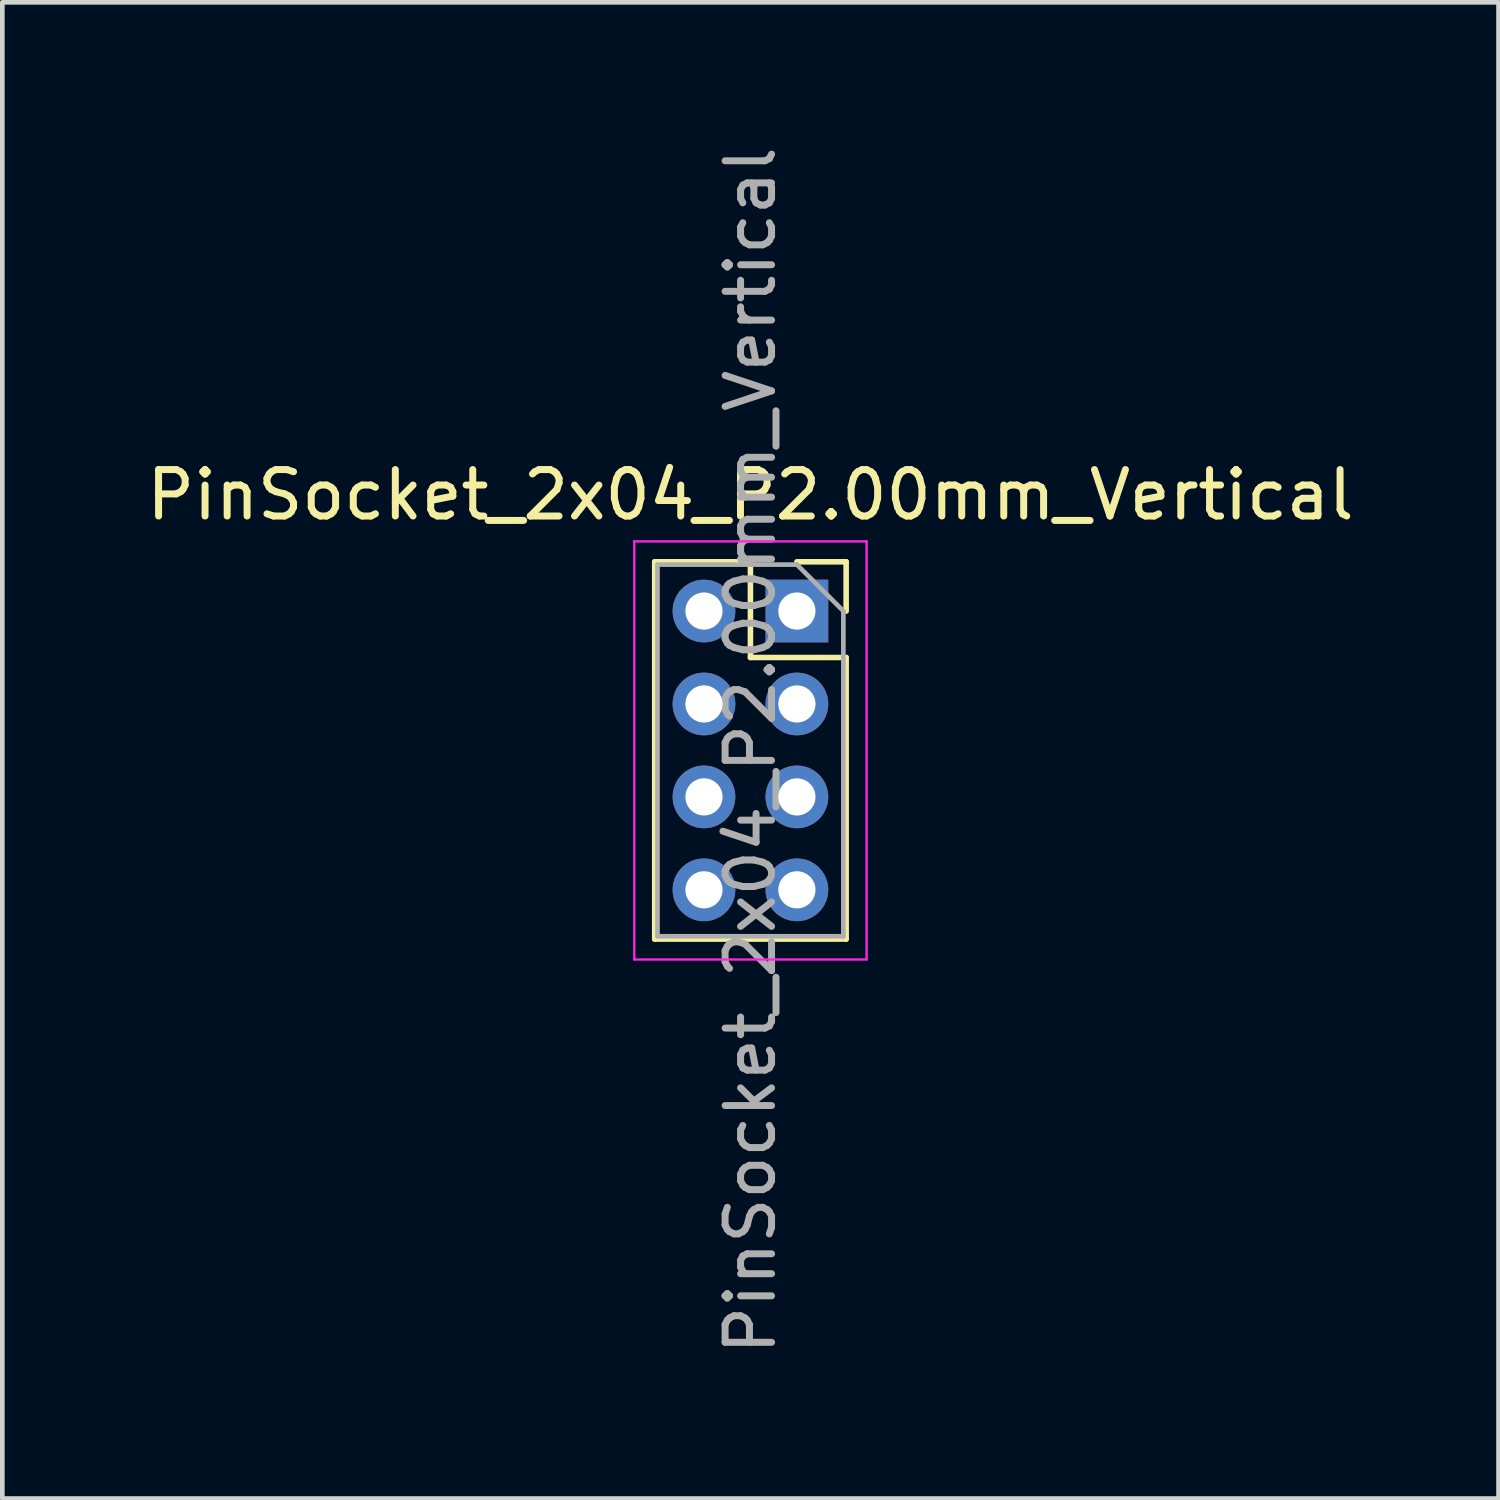
<source format=kicad_pcb>
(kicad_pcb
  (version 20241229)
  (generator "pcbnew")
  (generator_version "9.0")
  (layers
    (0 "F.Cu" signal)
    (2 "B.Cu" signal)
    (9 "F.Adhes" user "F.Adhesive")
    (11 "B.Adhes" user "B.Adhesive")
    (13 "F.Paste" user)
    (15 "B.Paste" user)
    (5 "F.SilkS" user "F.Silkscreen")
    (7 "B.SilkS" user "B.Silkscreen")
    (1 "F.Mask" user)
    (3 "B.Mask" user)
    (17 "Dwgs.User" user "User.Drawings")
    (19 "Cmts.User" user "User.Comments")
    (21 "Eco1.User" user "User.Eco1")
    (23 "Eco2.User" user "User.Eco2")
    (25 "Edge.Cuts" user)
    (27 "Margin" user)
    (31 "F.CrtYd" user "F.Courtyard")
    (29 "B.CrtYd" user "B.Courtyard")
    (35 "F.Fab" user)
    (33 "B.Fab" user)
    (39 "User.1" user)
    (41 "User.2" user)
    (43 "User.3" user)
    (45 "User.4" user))
  (footprint "PinSocket_2x04_P2.00mm_Vertical"
    (layer "F.Cu")
    (at 14.101 10.101)
    (property "Reference" "PinSocket_2x04_P2.00mm_Vertical" (at -1 -2.5 0) (layer "F.SilkS") (effects (font (size 1 1) (thickness 0.15))))
    (attr through_hole)
    (fp_line (start -3.06 -1.06) (end -3.06 7.06) (stroke (width 0.12) (type solid)) (layer "F.SilkS"))
    (fp_line (start -3.06 -1.06) (end -1 -1.06) (stroke (width 0.12) (type solid)) (layer "F.SilkS"))
    (fp_line (start -3.06 7.06) (end 1.06 7.06) (stroke (width 0.12) (type solid)) (layer "F.SilkS"))
    (fp_line (start -1 -1.06) (end -1 1) (stroke (width 0.12) (type solid)) (layer "F.SilkS"))
    (fp_line (start -1 1) (end 1.06 1) (stroke (width 0.12) (type solid)) (layer "F.SilkS"))
    (fp_line (start 0 -1.06) (end 1.06 -1.06) (stroke (width 0.12) (type solid)) (layer "F.SilkS"))
    (fp_line (start 1.06 -1.06) (end 1.06 0) (stroke (width 0.12) (type solid)) (layer "F.SilkS"))
    (fp_line (start 1.06 1) (end 1.06 7.06) (stroke (width 0.12) (type solid)) (layer "F.SilkS"))
    (fp_line (start -3.5 -1.5) (end 1.5 -1.5) (stroke (width 0.05) (type solid)) (layer "F.CrtYd"))
    (fp_line (start -3.5 7.5) (end -3.5 -1.5) (stroke (width 0.05) (type solid)) (layer "F.CrtYd"))
    (fp_line (start 1.5 -1.5) (end 1.5 7.5) (stroke (width 0.05) (type solid)) (layer "F.CrtYd"))
    (fp_line (start 1.5 7.5) (end -3.5 7.5) (stroke (width 0.05) (type solid)) (layer "F.CrtYd"))
    (fp_line (start -3 -1) (end 0 -1) (stroke (width 0.1) (type solid)) (layer "F.Fab"))
    (fp_line (start -3 7) (end -3 -1) (stroke (width 0.1) (type solid)) (layer "F.Fab"))
    (fp_line (start 0 -1) (end 1 0) (stroke (width 0.1) (type solid)) (layer "F.Fab"))
    (fp_line (start 1 0) (end 1 7) (stroke (width 0.1) (type solid)) (layer "F.Fab"))
    (fp_line (start 1 7) (end -3 7) (stroke (width 0.1) (type solid)) (layer "F.Fab"))
    (fp_text user "${REFERENCE}" (at -1 3 90) (layer "F.Fab") (effects (font (size 1 1) (thickness 0.15))))
    (pad "1" thru_hole rect (at 0 0) (size 1.35 1.35) (drill 0.8) (layers "*.Cu" "*.Mask"))
    (pad "2" thru_hole oval (at -2 0) (size 1.35 1.35) (drill 0.8) (layers "*.Cu" "*.Mask"))
    (pad "3" thru_hole oval (at 0 2) (size 1.35 1.35) (drill 0.8) (layers "*.Cu" "*.Mask"))
    (pad "4" thru_hole oval (at -2 2) (size 1.35 1.35) (drill 0.8) (layers "*.Cu" "*.Mask"))
    (pad "5" thru_hole oval (at 0 4) (size 1.35 1.35) (drill 0.8) (layers "*.Cu" "*.Mask"))
    (pad "6" thru_hole oval (at -2 4) (size 1.35 1.35) (drill 0.8) (layers "*.Cu" "*.Mask"))
    (pad "7" thru_hole oval (at 0 6) (size 1.35 1.35) (drill 0.8) (layers "*.Cu" "*.Mask"))
    (pad "8" thru_hole oval (at -2 6) (size 1.35 1.35) (drill 0.8) (layers "*.Cu" "*.Mask")))
  (gr_rect
    (start -3 -3)
    (end 29.202 29.202)
    (stroke (width 0.1) (type default))
    (fill no)
    (layer "Edge.Cuts")))
</source>
